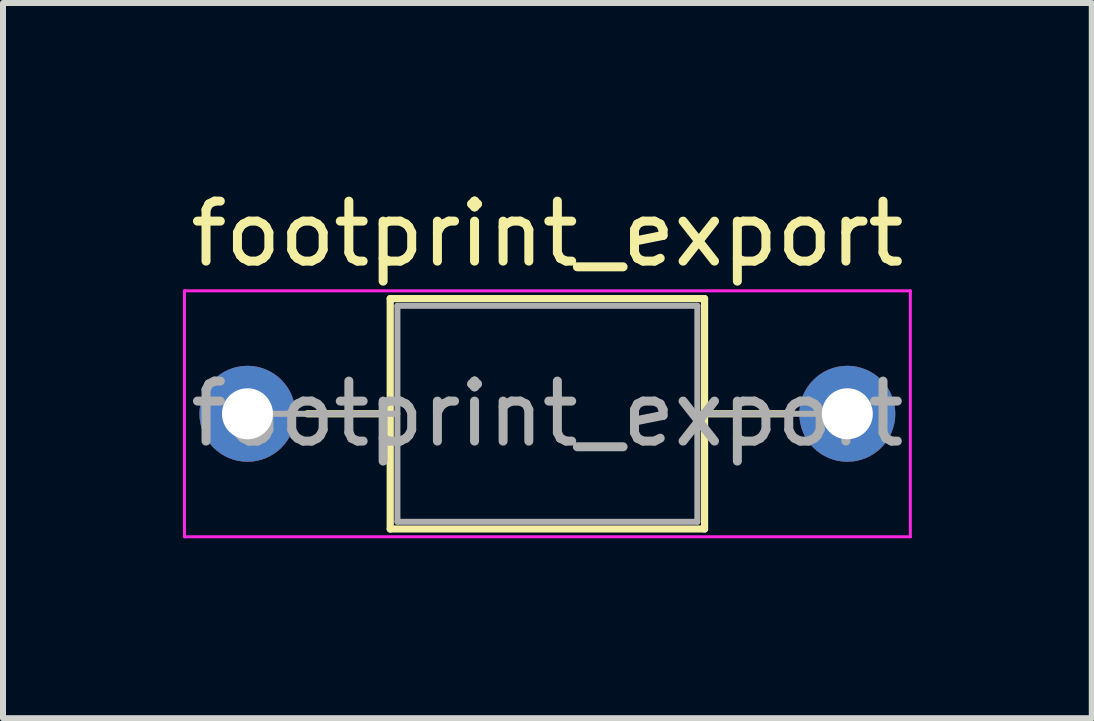
<source format=kicad_pcb>
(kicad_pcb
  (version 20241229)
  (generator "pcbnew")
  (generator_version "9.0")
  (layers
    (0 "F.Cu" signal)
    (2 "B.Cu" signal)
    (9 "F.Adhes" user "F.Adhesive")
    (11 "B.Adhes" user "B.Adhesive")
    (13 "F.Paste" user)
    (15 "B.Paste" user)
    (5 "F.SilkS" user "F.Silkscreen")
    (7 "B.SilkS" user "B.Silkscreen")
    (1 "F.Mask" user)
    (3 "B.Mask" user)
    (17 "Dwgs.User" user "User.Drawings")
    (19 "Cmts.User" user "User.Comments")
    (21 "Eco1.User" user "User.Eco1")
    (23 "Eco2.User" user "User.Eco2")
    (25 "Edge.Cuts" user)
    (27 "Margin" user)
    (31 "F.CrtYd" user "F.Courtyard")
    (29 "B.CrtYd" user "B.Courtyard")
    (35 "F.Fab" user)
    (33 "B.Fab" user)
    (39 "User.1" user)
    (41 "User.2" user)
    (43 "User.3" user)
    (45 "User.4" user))
  (footprint "footprint_export"
    (layer "F.Cu")
    (at 1.075 3.848)
    (property "Reference" "footprint_export" (at 5 -3 0) (layer "F.SilkS") (effects (font (size 1 1) (thickness 0.15))))
    (attr through_hole)
    (fp_line (start 1 0) (end 2.38 0) (stroke (width 0.12) (type solid)) (layer "F.SilkS"))
    (fp_line (start 2.38 -1.92) (end 2.38 1.92) (stroke (width 0.12) (type solid)) (layer "F.SilkS"))
    (fp_line (start 2.38 1.92) (end 7.62 1.92) (stroke (width 0.12) (type solid)) (layer "F.SilkS"))
    (fp_line (start 7.62 -1.92) (end 2.38 -1.92) (stroke (width 0.12) (type solid)) (layer "F.SilkS"))
    (fp_line (start 7.62 1.92) (end 7.62 -1.92) (stroke (width 0.12) (type solid)) (layer "F.SilkS"))
    (fp_line (start 9 0) (end 7.62 0) (stroke (width 0.12) (type solid)) (layer "F.SilkS"))
    (fp_line (start -1.05 -2.05) (end -1.05 2.05) (stroke (width 0.05) (type solid)) (layer "F.CrtYd"))
    (fp_line (start -1.05 2.05) (end 11.05 2.05) (stroke (width 0.05) (type solid)) (layer "F.CrtYd"))
    (fp_line (start 11.05 -2.05) (end -1.05 -2.05) (stroke (width 0.05) (type solid)) (layer "F.CrtYd"))
    (fp_line (start 11.05 2.05) (end 11.05 -2.05) (stroke (width 0.05) (type solid)) (layer "F.CrtYd"))
    (fp_line (start 0 0) (end 2.5 0) (stroke (width 0.1) (type solid)) (layer "F.Fab"))
    (fp_line (start 2.5 -1.8) (end 2.5 1.8) (stroke (width 0.1) (type solid)) (layer "F.Fab"))
    (fp_line (start 2.5 1.8) (end 7.5 1.8) (stroke (width 0.1) (type solid)) (layer "F.Fab"))
    (fp_line (start 7.5 -1.8) (end 2.5 -1.8) (stroke (width 0.1) (type solid)) (layer "F.Fab"))
    (fp_line (start 7.5 1.8) (end 7.5 -1.8) (stroke (width 0.1) (type solid)) (layer "F.Fab"))
    (fp_line (start 10 0) (end 7.5 0) (stroke (width 0.1) (type solid)) (layer "F.Fab"))
    (fp_text user "${REFERENCE}" (at 5 0 0) (layer "F.Fab") (effects (font (size 1 1) (thickness 0.15))))
    (pad "1" thru_hole circle (at 0 0) (size 1.6 1.6) (drill 0.85) (layers "*.Cu" "*.Mask"))
    (pad "2" thru_hole oval (at 10 0) (size 1.6 1.6) (drill 0.85) (layers "*.Cu" "*.Mask")))
  (gr_rect
    (start -3 -3)
    (end 15.15 8.923)
    (stroke (width 0.1) (type default))
    (fill no)
    (layer "Edge.Cuts")))
</source>
